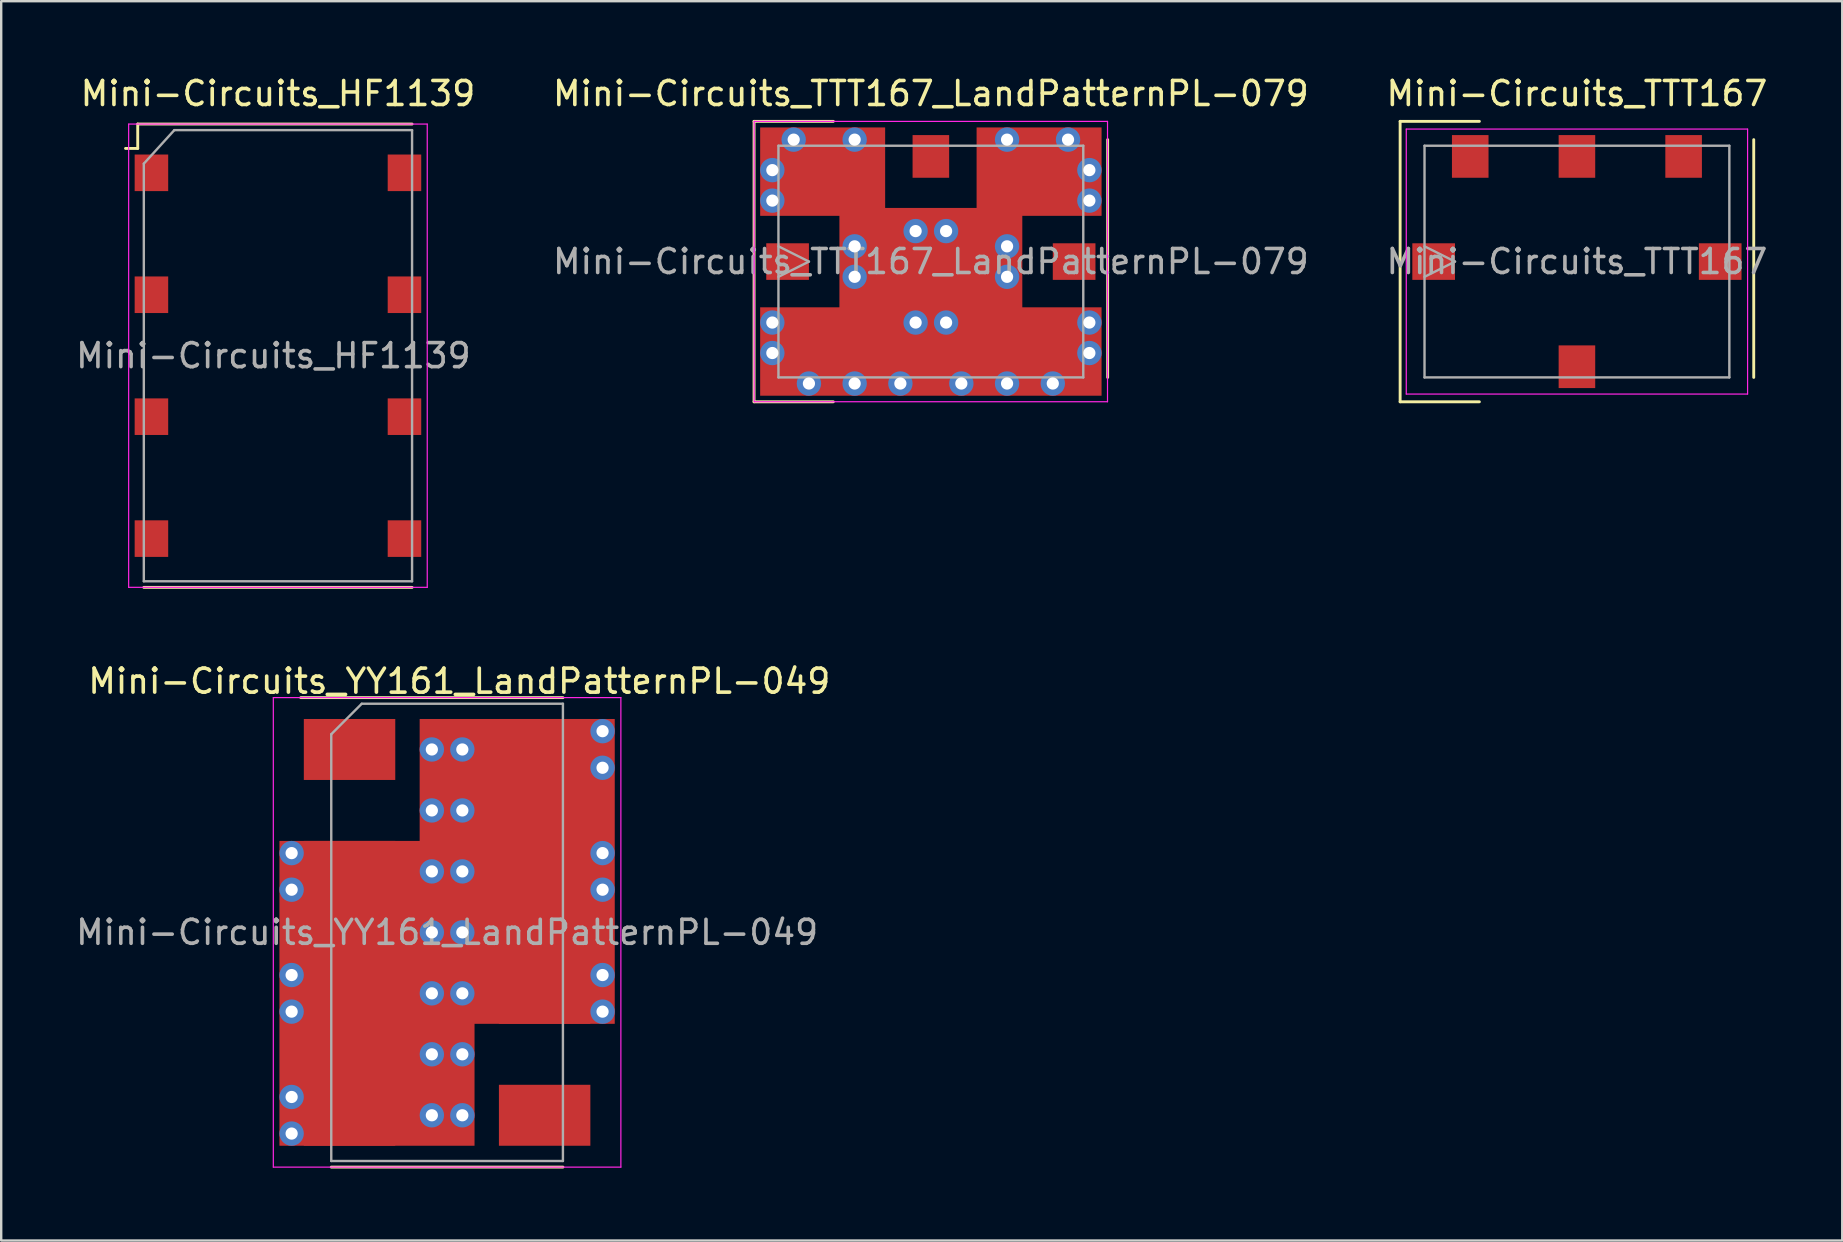
<source format=kicad_pcb>
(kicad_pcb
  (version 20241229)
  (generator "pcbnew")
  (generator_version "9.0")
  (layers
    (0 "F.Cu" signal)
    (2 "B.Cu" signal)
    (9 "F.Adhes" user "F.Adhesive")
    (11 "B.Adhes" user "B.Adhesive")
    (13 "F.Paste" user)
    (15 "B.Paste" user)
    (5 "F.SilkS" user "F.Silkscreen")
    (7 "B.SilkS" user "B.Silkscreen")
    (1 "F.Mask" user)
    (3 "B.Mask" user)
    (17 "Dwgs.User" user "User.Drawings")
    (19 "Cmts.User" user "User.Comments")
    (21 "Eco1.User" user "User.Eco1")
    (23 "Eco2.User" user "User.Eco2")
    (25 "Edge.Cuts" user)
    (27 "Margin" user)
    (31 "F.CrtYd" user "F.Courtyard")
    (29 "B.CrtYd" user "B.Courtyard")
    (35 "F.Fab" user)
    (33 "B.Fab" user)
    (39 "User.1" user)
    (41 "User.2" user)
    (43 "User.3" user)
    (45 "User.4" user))
  (footprint "Mini-Circuits_TTT167"
    (layer "F.Cu")
    (at 62.649 7.848)
    (property "Reference" "Mini-Circuits_TTT167" (at 0 -7 180) (layer "F.SilkS") (effects (font (size 1 1) (thickness 0.15))))
    (attr smd)
    (fp_line (start -7.366 -5.842) (end -7.366 5.842) (stroke (width 0.12) (type solid)) (layer "F.SilkS"))
    (fp_line (start -7.366 5.842) (end -4.064 5.842) (stroke (width 0.12) (type solid)) (layer "F.SilkS"))
    (fp_line (start -4.064 -5.842) (end -7.366 -5.842) (stroke (width 0.12) (type solid)) (layer "F.SilkS"))
    (fp_line (start 7.366 4.826) (end 7.366 -5.08) (stroke (width 0.12) (type solid)) (layer "F.SilkS"))
    (fp_line (start -7.11 -5.52) (end -7.11 5.52) (stroke (width 0.05) (type solid)) (layer "F.CrtYd"))
    (fp_line (start -7.11 -5.52) (end 7.11 -5.52) (stroke (width 0.05) (type solid)) (layer "F.CrtYd"))
    (fp_line (start 7.11 5.52) (end -7.11 5.52) (stroke (width 0.05) (type solid)) (layer "F.CrtYd"))
    (fp_line (start 7.11 5.52) (end 7.11 -5.52) (stroke (width 0.05) (type solid)) (layer "F.CrtYd"))
    (fp_line (start -6.35 -4.826) (end 6.35 -4.826) (stroke (width 0.1) (type solid)) (layer "F.Fab"))
    (fp_line (start -6.35 -0.635) (end -5.08 0) (stroke (width 0.1) (type solid)) (layer "F.Fab"))
    (fp_line (start -6.35 4.826) (end -6.35 -4.826) (stroke (width 0.1) (type solid)) (layer "F.Fab"))
    (fp_line (start -5.08 0) (end -6.35 0.635) (stroke (width 0.1) (type solid)) (layer "F.Fab"))
    (fp_line (start 6.35 -4.826) (end 6.35 4.826) (stroke (width 0.1) (type solid)) (layer "F.Fab"))
    (fp_line (start 6.35 4.826) (end -6.35 4.826) (stroke (width 0.1) (type solid)) (layer "F.Fab"))
    (fp_text user "${REFERENCE}" (at 0 0 180) (layer "F.Fab") (effects (font (size 1 1) (thickness 0.15))))
    (pad "1" smd rect (at -5.969 0) (size 1.778 1.524) (layers "F.Cu" "F.Mask" "F.Paste"))
    (pad "2" smd rect (at 5.969 0 180) (size 1.778 1.524) (layers "F.Cu" "F.Mask" "F.Paste"))
    (pad "3" smd rect (at 0 -4.381 270) (size 1.778 1.524) (layers "F.Cu" "F.Mask" "F.Paste"))
    (pad "4" smd rect (at 0 4.381 90) (size 1.778 1.524) (layers "F.Cu" "F.Mask" "F.Paste"))
    (pad "5" smd rect (at 4.445 -4.381 270) (size 1.778 1.524) (layers "F.Cu" "F.Mask" "F.Paste"))
    (pad "6" smd rect (at -4.445 -4.381 270) (size 1.778 1.524) (layers "F.Cu" "F.Mask" "F.Paste")))
  (footprint "Mini-Circuits_TTT167_LandPatternPL-079"
    (layer "F.Cu")
    (at 35.732 7.848)
    (property "Reference" "Mini-Circuits_TTT167_LandPatternPL-079" (at 0 -7 180) (layer "F.SilkS") (effects (font (size 1 1) (thickness 0.15))))
    (attr smd)
    (fp_line (start -7.366 -5.842) (end -7.366 5.842) (stroke (width 0.12) (type solid)) (layer "F.SilkS"))
    (fp_line (start -7.366 5.842) (end -4.064 5.842) (stroke (width 0.12) (type solid)) (layer "F.SilkS"))
    (fp_line (start -4.064 -5.842) (end -7.366 -5.842) (stroke (width 0.12) (type solid)) (layer "F.SilkS"))
    (fp_line (start 7.366 4.826) (end 7.366 -5.08) (stroke (width 0.12) (type solid)) (layer "F.SilkS"))
    (fp_line (start -7.36 -5.84) (end -7.36 5.84) (stroke (width 0.05) (type solid)) (layer "F.CrtYd"))
    (fp_line (start -7.36 -5.84) (end 7.36 -5.84) (stroke (width 0.05) (type solid)) (layer "F.CrtYd"))
    (fp_line (start 7.36 5.84) (end -7.36 5.84) (stroke (width 0.05) (type solid)) (layer "F.CrtYd"))
    (fp_line (start 7.36 5.84) (end 7.36 -5.84) (stroke (width 0.05) (type solid)) (layer "F.CrtYd"))
    (fp_line (start -6.35 -4.826) (end 6.35 -4.826) (stroke (width 0.1) (type solid)) (layer "F.Fab"))
    (fp_line (start -6.35 -0.635) (end -5.08 0) (stroke (width 0.1) (type solid)) (layer "F.Fab"))
    (fp_line (start -6.35 4.826) (end -6.35 -4.826) (stroke (width 0.1) (type solid)) (layer "F.Fab"))
    (fp_line (start -5.08 0) (end -6.35 0.635) (stroke (width 0.1) (type solid)) (layer "F.Fab"))
    (fp_line (start 6.35 -4.826) (end 6.35 4.826) (stroke (width 0.1) (type solid)) (layer "F.Fab"))
    (fp_line (start 6.35 4.826) (end -6.35 4.826) (stroke (width 0.1) (type solid)) (layer "F.Fab"))
    (fp_text user "${REFERENCE}" (at 0 0 180) (layer "F.Fab") (effects (font (size 1 1) (thickness 0.15))))
    (pad "1" smd rect (at -5.969 0) (size 1.778 1.524) (layers "F.Cu" "F.Mask" "F.Paste"))
    (pad "2" smd rect (at 5.969 0 180) (size 1.778 1.524) (layers "F.Cu" "F.Mask" "F.Paste"))
    (pad "3" smd rect (at 0 -4.381 270) (size 1.778 1.524) (layers "F.Cu" "F.Mask" "F.Paste"))
    (pad "4" thru_hole circle (at -6.604 -3.81 90) (size 1.016 1.016) (drill 0.508) (layers "*.Cu"))
    (pad "4" thru_hole circle (at -6.604 -2.54 90) (size 1.016 1.016) (drill 0.508) (layers "*.Cu"))
    (pad "4" thru_hole circle (at -6.604 2.54 90) (size 1.016 1.016) (drill 0.508) (layers "*.Cu"))
    (pad "4" thru_hole circle (at -6.604 3.81 90) (size 1.016 1.016) (drill 0.508) (layers "*.Cu"))
    (pad "4" thru_hole circle (at -5.715 -5.08 90) (size 1.016 1.016) (drill 0.508) (layers "*.Cu"))
    (pad "4" thru_hole circle (at -5.08 5.08 90) (size 1.016 1.016) (drill 0.508) (layers "*.Cu"))
    (pad "4" thru_hole circle (at -3.175 -5.08 90) (size 1.016 1.016) (drill 0.508) (layers "*.Cu"))
    (pad "4" thru_hole circle (at -3.175 -0.635 90) (size 1.016 1.016) (drill 0.508) (layers "*.Cu"))
    (pad "4" thru_hole circle (at -3.175 0.635 90) (size 1.016 1.016) (drill 0.508) (layers "*.Cu"))
    (pad "4" thru_hole circle (at -3.175 5.08 90) (size 1.016 1.016) (drill 0.508) (layers "*.Cu"))
    (pad "4" smd rect (at -1.905 -5.588 180) (size 5.207 3.683) (drill (offset 2.603 -1.841)) (layers "F.Cu"))
    (pad "4" thru_hole circle (at -1.27 5.08 90) (size 1.016 1.016) (drill 0.508) (layers "*.Cu"))
    (pad "4" thru_hole circle (at -0.635 -1.27 90) (size 1.016 1.016) (drill 0.508) (layers "*.Cu"))
    (pad "4" thru_hole circle (at -0.635 2.54 90) (size 1.016 1.016) (drill 0.508) (layers "*.Cu"))
    (pad "4" smd rect (at 0 0 180) (size 7.62 4.47) (layers "F.Cu"))
    (pad "4" smd rect (at 0 4.381 90) (size 1.778 1.524) (layers "F.Cu" "F.Mask" "F.Paste"))
    (pad "4" smd rect (at 0 5.588 180) (size 14.224 3.683) (drill (offset 0 1.841)) (layers "F.Cu"))
    (pad "4" thru_hole circle (at 0.635 -1.27 90) (size 1.016 1.016) (drill 0.508) (layers "*.Cu"))
    (pad "4" thru_hole circle (at 0.635 2.54 90) (size 1.016 1.016) (drill 0.508) (layers "*.Cu"))
    (pad "4" thru_hole circle (at 1.27 5.08 90) (size 1.016 1.016) (drill 0.508) (layers "*.Cu"))
    (pad "4" thru_hole circle (at 3.175 -5.08 90) (size 1.016 1.016) (drill 0.508) (layers "*.Cu"))
    (pad "4" thru_hole circle (at 3.175 -0.635 90) (size 1.016 1.016) (drill 0.508) (layers "*.Cu"))
    (pad "4" thru_hole circle (at 3.175 0.635 90) (size 1.016 1.016) (drill 0.508) (layers "*.Cu"))
    (pad "4" thru_hole circle (at 3.175 5.08 90) (size 1.016 1.016) (drill 0.508) (layers "*.Cu"))
    (pad "4" thru_hole circle (at 5.08 5.08 90) (size 1.016 1.016) (drill 0.508) (layers "*.Cu"))
    (pad "4" thru_hole circle (at 5.715 -5.08 90) (size 1.016 1.016) (drill 0.508) (layers "*.Cu"))
    (pad "4" thru_hole circle (at 6.604 -3.81 90) (size 1.016 1.016) (drill 0.508) (layers "*.Cu"))
    (pad "4" thru_hole circle (at 6.604 -2.54 90) (size 1.016 1.016) (drill 0.508) (layers "*.Cu"))
    (pad "4" thru_hole circle (at 6.604 2.54 90) (size 1.016 1.016) (drill 0.508) (layers "*.Cu"))
    (pad "4" thru_hole circle (at 6.604 3.81 90) (size 1.016 1.016) (drill 0.508) (layers "*.Cu"))
    (pad "4" smd rect (at 7.112 -5.588 180) (size 5.207 3.683) (drill (offset 2.603 -1.841)) (layers "F.Cu"))
    (pad "5" smd rect (at 4.445 -4.381 270) (size 1.778 1.524) (layers "F.Cu" "F.Mask" "F.Paste"))
    (pad "6" smd rect (at -4.445 -4.381 270) (size 1.778 1.524) (layers "F.Cu" "F.Mask" "F.Paste")))
  (footprint "Mini-Circuits_HF1139"
    (layer "F.Cu")
    (at 8.53 11.77)
    (property "Reference" "Mini-Circuits_HF1139" (at 0 -10.922 0) (layer "F.SilkS") (effects (font (size 1 1) (thickness 0.15))))
    (attr smd)
    (fp_line (start -5.842 -9.652) (end -5.842 -8.636) (stroke (width 0.12) (type solid)) (layer "F.SilkS"))
    (fp_line (start -5.842 -8.636) (end -6.35 -8.636) (stroke (width 0.12) (type solid)) (layer "F.SilkS"))
    (fp_line (start 5.588 -9.652) (end -5.842 -9.652) (stroke (width 0.12) (type solid)) (layer "F.SilkS"))
    (fp_line (start 5.588 9.652) (end -5.588 9.652) (stroke (width 0.12) (type solid)) (layer "F.SilkS"))
    (fp_line (start -6.22 -9.65) (end -6.22 9.65) (stroke (width 0.05) (type solid)) (layer "F.CrtYd"))
    (fp_line (start -6.22 -9.65) (end 6.22 -9.65) (stroke (width 0.05) (type solid)) (layer "F.CrtYd"))
    (fp_line (start 6.22 9.65) (end -6.22 9.65) (stroke (width 0.05) (type solid)) (layer "F.CrtYd"))
    (fp_line (start 6.22 9.65) (end 6.22 -9.65) (stroke (width 0.05) (type solid)) (layer "F.CrtYd"))
    (fp_line (start -5.588 -8.001) (end -5.588 9.398) (stroke (width 0.1) (type solid)) (layer "F.Fab"))
    (fp_line (start -4.318 -9.398) (end -5.588 -8.001) (stroke (width 0.1) (type solid)) (layer "F.Fab"))
    (fp_line (start 5.588 -9.398) (end -4.318 -9.398) (stroke (width 0.1) (type solid)) (layer "F.Fab"))
    (fp_line (start 5.588 9.398) (end -5.588 9.398) (stroke (width 0.1) (type solid)) (layer "F.Fab"))
    (fp_line (start 5.588 9.398) (end 5.588 -9.398) (stroke (width 0.1) (type solid)) (layer "F.Fab"))
    (fp_text user "${REFERENCE}" (at -0.191 0 180) (layer "F.Fab") (effects (font (size 1 1) (thickness 0.15))))
    (pad "1" smd rect (at -5.271 -7.62 270) (size 1.524 1.397) (layers "F.Cu" "F.Mask" "F.Paste"))
    (pad "2" smd rect (at 5.271 -7.62 270) (size 1.524 1.397) (layers "F.Cu" "F.Mask" "F.Paste"))
    (pad "3" smd rect (at -5.271 -2.54 270) (size 1.524 1.397) (layers "F.Cu" "F.Mask" "F.Paste"))
    (pad "4" smd rect (at 5.271 -2.54 270) (size 1.524 1.397) (layers "F.Cu" "F.Mask" "F.Paste"))
    (pad "5" smd rect (at -5.271 2.54 270) (size 1.524 1.397) (layers "F.Cu" "F.Mask" "F.Paste"))
    (pad "6" smd rect (at 5.271 2.54 270) (size 1.524 1.397) (layers "F.Cu" "F.Mask" "F.Paste"))
    (pad "7" smd rect (at -5.271 7.62 270) (size 1.524 1.397) (layers "F.Cu" "F.Mask" "F.Paste"))
    (pad "8" smd rect (at 5.271 7.62 270) (size 1.524 1.397) (layers "F.Cu" "F.Mask" "F.Paste")))
  (footprint "Mini-Circuits_YY161_LandPatternPL-049"
    (layer "F.Cu")
    (at 15.577 35.795)
    (property "Reference" "Mini-Circuits_YY161_LandPatternPL-049" (at 0.508 -10.465 0) (layer "F.SilkS") (effects (font (size 1 1) (thickness 0.15))))
    (attr smd)
    (fp_line (start -4.826 9.779) (end 4.826 9.779) (stroke (width 0.12) (type solid)) (layer "F.SilkS"))
    (fp_line (start 4.826 -9.779) (end -6.096 -9.779) (stroke (width 0.12) (type solid)) (layer "F.SilkS"))
    (fp_line (start -7.24 -9.78) (end -7.24 9.78) (stroke (width 0.05) (type solid)) (layer "F.CrtYd"))
    (fp_line (start -7.24 -9.78) (end 7.24 -9.78) (stroke (width 0.05) (type solid)) (layer "F.CrtYd"))
    (fp_line (start 7.24 9.78) (end -7.24 9.78) (stroke (width 0.05) (type solid)) (layer "F.CrtYd"))
    (fp_line (start 7.24 9.78) (end 7.24 -9.78) (stroke (width 0.05) (type solid)) (layer "F.CrtYd"))
    (fp_line (start -4.826 -8.255) (end -4.826 9.525) (stroke (width 0.1) (type solid)) (layer "F.Fab"))
    (fp_line (start -3.556 -9.525) (end -4.826 -8.255) (stroke (width 0.1) (type solid)) (layer "F.Fab"))
    (fp_line (start 4.826 -9.525) (end -3.556 -9.525) (stroke (width 0.1) (type solid)) (layer "F.Fab"))
    (fp_line (start 4.826 9.525) (end -4.826 9.525) (stroke (width 0.1) (type solid)) (layer "F.Fab"))
    (fp_line (start 4.826 9.525) (end 4.826 -9.525) (stroke (width 0.1) (type solid)) (layer "F.Fab"))
    (fp_text user "${REFERENCE}" (at 0 0 0) (layer "F.Fab") (effects (font (size 1 1) (thickness 0.15))))
    (pad "1" smd rect (at -4.064 -7.62 270) (size 2.54 3.81) (layers "F.Cu" "F.Mask" "F.Paste"))
    (pad "2" thru_hole circle (at -6.477 -3.302 270) (size 1.016 1.016) (drill 0.508) (layers "*.Cu"))
    (pad "2" thru_hole circle (at -6.477 -1.778 270) (size 1.016 1.016) (drill 0.508) (layers "*.Cu"))
    (pad "2" thru_hole circle (at -6.477 1.778 270) (size 1.016 1.016) (drill 0.508) (layers "*.Cu"))
    (pad "2" thru_hole circle (at -6.477 3.302 270) (size 1.016 1.016) (drill 0.508) (layers "*.Cu"))
    (pad "2" thru_hole circle (at -6.477 6.858 270) (size 1.016 1.016) (drill 0.508) (layers "*.Cu"))
    (pad "2" thru_hole circle (at -6.477 8.382 270) (size 1.016 1.016) (drill 0.508) (layers "*.Cu"))
    (pad "2" smd rect (at -2.921 2.54 270) (size 12.7 8.128) (layers "F.Cu"))
    (pad "2" thru_hole circle (at -0.635 -7.62 270) (size 1.016 1.016) (drill 0.508) (layers "*.Cu"))
    (pad "2" thru_hole circle (at -0.635 -5.08 270) (size 1.016 1.016) (drill 0.508) (layers "*.Cu"))
    (pad "2" thru_hole circle (at -0.635 -2.54 270) (size 1.016 1.016) (drill 0.508) (layers "*.Cu"))
    (pad "2" thru_hole circle (at -0.635 0 270) (size 1.016 1.016) (drill 0.508) (layers "*.Cu"))
    (pad "2" thru_hole circle (at -0.635 2.54 270) (size 1.016 1.016) (drill 0.508) (layers "*.Cu"))
    (pad "2" thru_hole circle (at -0.635 5.08 270) (size 1.016 1.016) (drill 0.508) (layers "*.Cu"))
    (pad "2" thru_hole circle (at -0.635 7.62 270) (size 1.016 1.016) (drill 0.508) (layers "*.Cu"))
    (pad "2" thru_hole circle (at 0.635 -7.62 270) (size 1.016 1.016) (drill 0.508) (layers "*.Cu"))
    (pad "2" thru_hole circle (at 0.635 -5.08 270) (size 1.016 1.016) (drill 0.508) (layers "*.Cu"))
    (pad "2" thru_hole circle (at 0.635 -2.54 270) (size 1.016 1.016) (drill 0.508) (layers "*.Cu"))
    (pad "2" thru_hole circle (at 0.635 0 270) (size 1.016 1.016) (drill 0.508) (layers "*.Cu"))
    (pad "2" thru_hole circle (at 0.635 2.54 270) (size 1.016 1.016) (drill 0.508) (layers "*.Cu"))
    (pad "2" thru_hole circle (at 0.635 5.08 270) (size 1.016 1.016) (drill 0.508) (layers "*.Cu"))
    (pad "2" thru_hole circle (at 0.635 7.62 270) (size 1.016 1.016) (drill 0.508) (layers "*.Cu"))
    (pad "2" smd rect (at 2.921 -2.54 270) (size 12.7 8.128) (layers "F.Cu"))
    (pad "2" smd rect (at 4.064 -7.62 270) (size 2.54 3.81) (layers "F.Cu" "F.Mask" "F.Paste"))
    (pad "2" thru_hole circle (at 6.477 -8.382 270) (size 1.016 1.016) (drill 0.508) (layers "*.Cu"))
    (pad "2" thru_hole circle (at 6.477 -6.858 270) (size 1.016 1.016) (drill 0.508) (layers "*.Cu"))
    (pad "2" thru_hole circle (at 6.477 -3.302 270) (size 1.016 1.016) (drill 0.508) (layers "*.Cu"))
    (pad "2" thru_hole circle (at 6.477 -1.778 270) (size 1.016 1.016) (drill 0.508) (layers "*.Cu"))
    (pad "2" thru_hole circle (at 6.477 1.778 270) (size 1.016 1.016) (drill 0.508) (layers "*.Cu"))
    (pad "2" thru_hole circle (at 6.477 3.302 270) (size 1.016 1.016) (drill 0.508) (layers "*.Cu"))
    (pad "3" smd rect (at -4.064 -2.54 270) (size 2.54 3.81) (layers "F.Cu" "F.Mask" "F.Paste"))
    (pad "4" smd rect (at 4.064 -2.54 270) (size 2.54 3.81) (layers "F.Cu" "F.Mask" "F.Paste"))
    (pad "5" smd rect (at -4.064 2.54 270) (size 2.54 3.81) (layers "F.Cu" "F.Mask" "F.Paste"))
    (pad "6" smd rect (at 4.064 2.54 270) (size 2.54 3.81) (layers "F.Cu" "F.Mask" "F.Paste"))
    (pad "7" smd rect (at -4.064 7.62 270) (size 2.54 3.81) (layers "F.Cu" "F.Mask" "F.Paste"))
    (pad "8" smd rect (at 4.064 7.62 270) (size 2.54 3.81) (layers "F.Cu" "F.Mask" "F.Paste")))
  (gr_rect
    (start -3 -3)
    (end 73.702 48.634)
    (stroke (width 0.1) (type default))
    (fill no)
    (layer "Edge.Cuts")))
</source>
